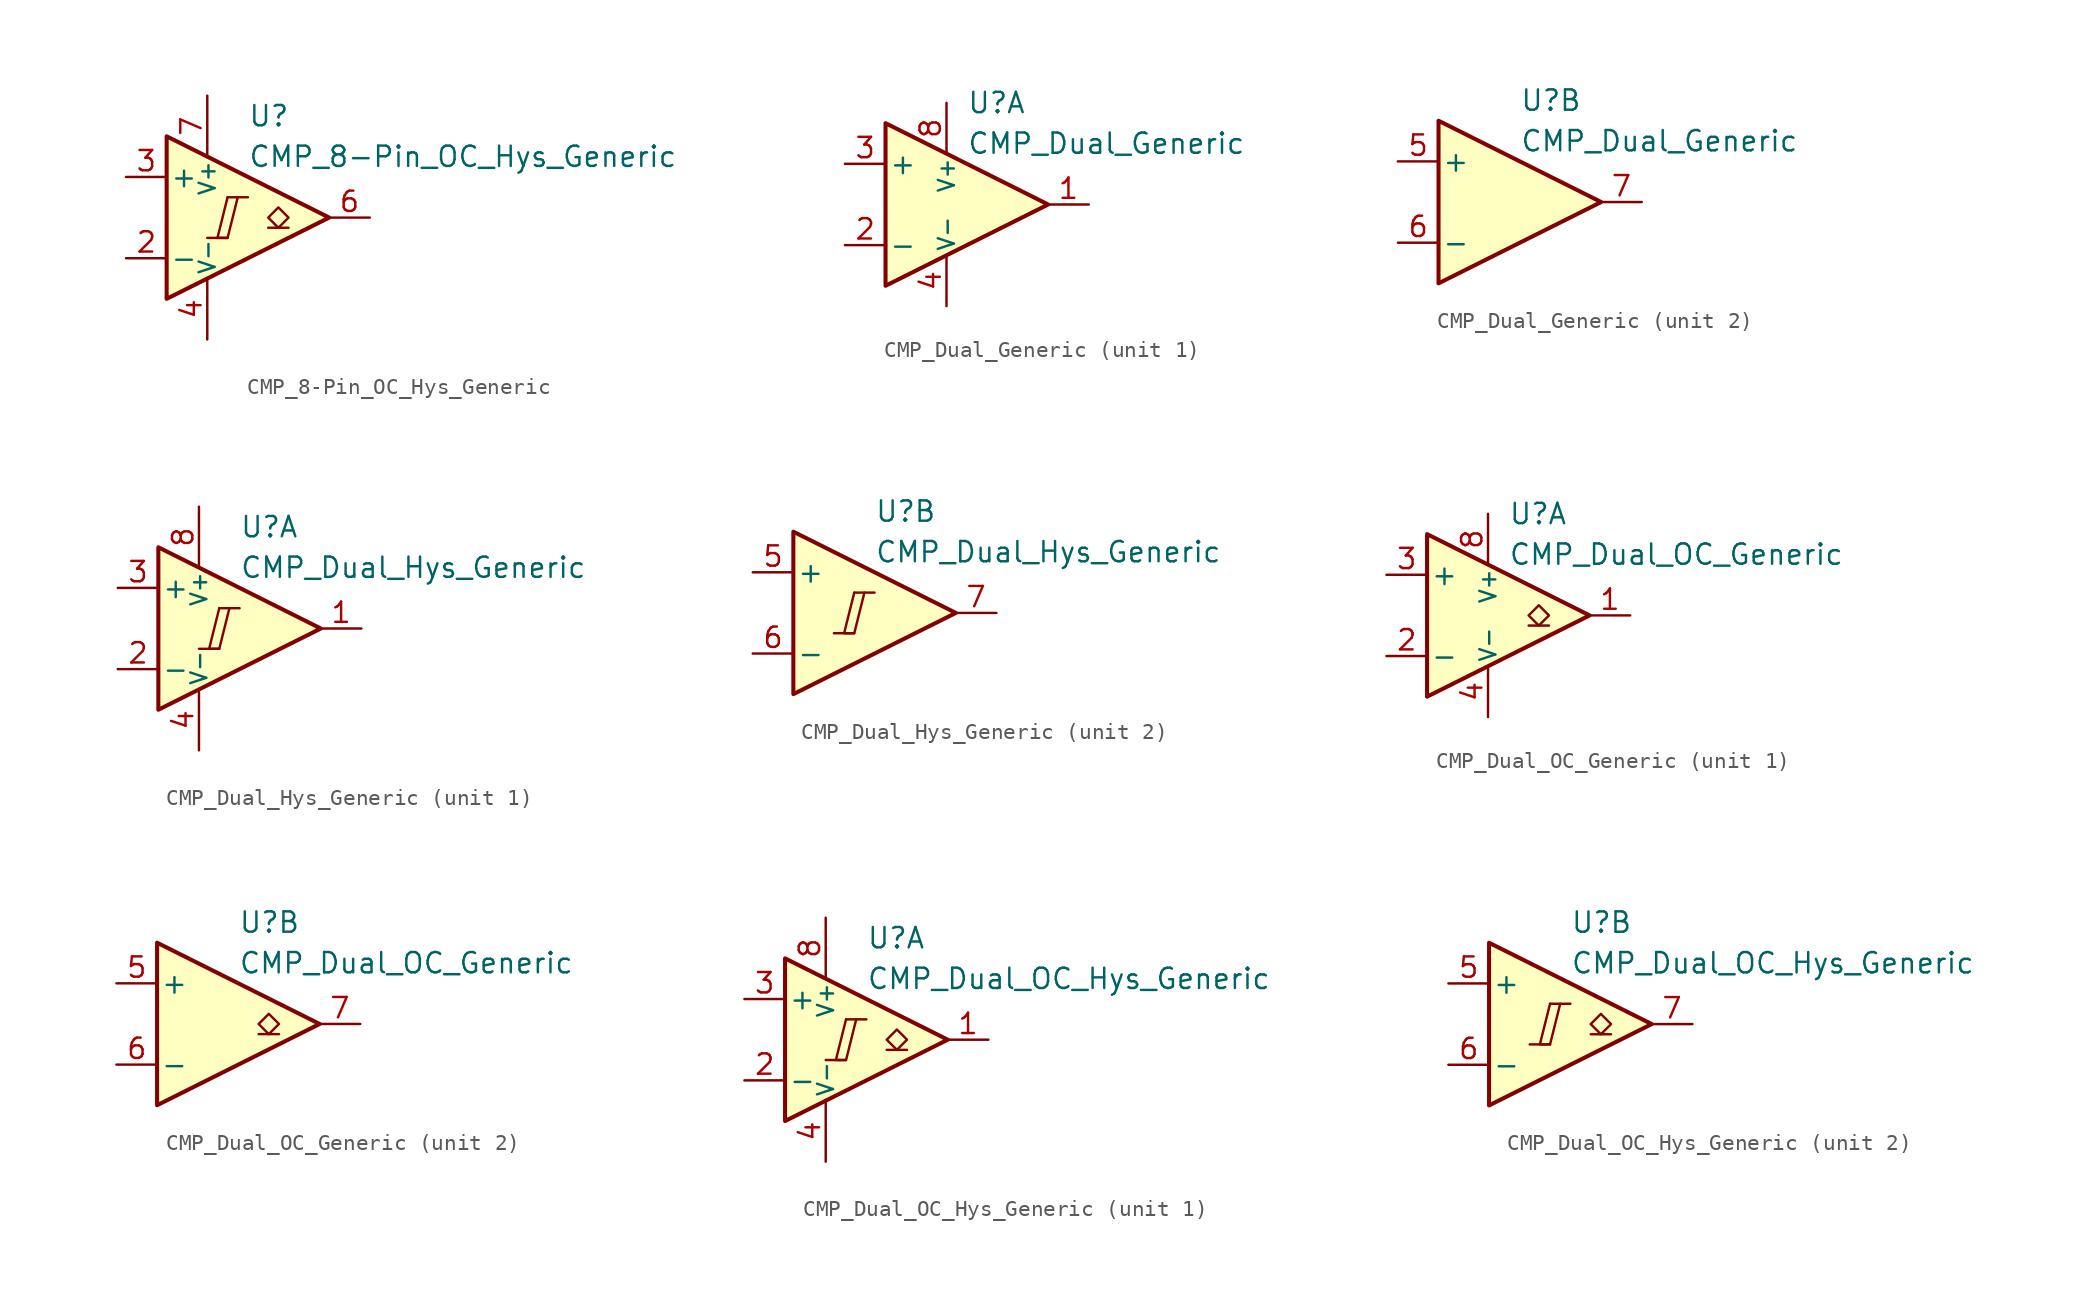
<source format=kicad_sym>
(kicad_symbol_lib
  (version 20231120)
  (generator "kicad_symbol_editor")
  (generator_version "8.0")
  (symbol "CMP_8-Pin_OC_Hys_Generic"
    (pin_names
      (offset 0.2))
    (property "Reference" "U"
      (at 1.27 6.35 0)
      (effects (font (size 1.27 1.27)) (justify left)))
    (property "Value" "CMP_8-Pin_OC_Hys_Generic"
      (at 1.27 3.81 0)
      (effects (font (size 1.27 1.27)) (justify left)))
    (symbol "CMP_8-Pin_OC_Hys_Generic_0_0"
      (polyline (pts (xy -1.27 -1.27) (xy 0 -1.27)) (stroke (width 0.152) (type default)) (fill (type none)))
      (polyline (pts (xy 0 1.27) (xy 1.27 1.27)) (stroke (width 0.152) (type default)) (fill (type none)))
      (polyline (pts (xy 0 1.27) (xy -0.635 -1.27) (xy 0 -1.27) (xy 0.635 1.27)) (stroke (width 0.152) (type default)) (fill (type none))))
    (symbol "CMP_8-Pin_OC_Hys_Generic_0_1"
      (polyline (pts (xy -3.81 5.08) (xy -3.81 -5.08) (xy 6.35 0) (xy -3.81 5.08)) (stroke (width 0.254) (type default)) (fill (type background))))
    (symbol "CMP_8-Pin_OC_Hys_Generic_1_1"
      (polyline (pts (xy 3.81 -0.635) (xy 2.54 -0.635)) (stroke (width 0.152) (type default)) (fill (type none)))
      (polyline (pts (xy 3.175 -0.635) (xy 2.54 0) (xy 3.175 0.635) (xy 3.81 0) (xy 3.175 -0.635)) (stroke (width 0.152) (type default)) (fill (type none)))
      (pin free line (at 0 -2.54 90) (length 2.54) hide (name "NC" (effects (font (size 1.27 1.27)))) (number "1" (effects (font (size 1.27 1.27)))))
      (pin input line (at -6.35 -2.54 0) (length 2.54) (name "-" (effects (font (size 1.27 1.27)))) (number "2" (effects (font (size 1.27 1.27)))))
      (pin input line (at -6.35 2.54 0) (length 2.54) (name "+" (effects (font (size 1.27 1.27)))) (number "3" (effects (font (size 1.27 1.27)))))
      (pin power_in line (at -1.27 -7.62 90) (length 3.81) (name "V-" (effects (font (size 1 1)))) (number "4" (effects (font (size 1.27 1.27)))))
      (pin free line (at 0 2.54 270) (length 2.54) hide (name "NC" (effects (font (size 1.27 1.27)))) (number "5" (effects (font (size 1.27 1.27)))))
      (pin open_collector line (at 8.89 0 180) (length 2.54) (name "~" (effects (font (size 1.27 1.27)))) (number "6" (effects (font (size 1.27 1.27)))))
      (pin power_in line (at -1.27 7.62 270) (length 3.81) (name "V+" (effects (font (size 1 1)))) (number "7" (effects (font (size 1.27 1.27)))))
      (pin free line (at 1.27 -1.27 90) (length 2.54) hide (name "NC" (effects (font (size 1.27 1.27)))) (number "8" (effects (font (size 1.27 1.27)))))))
  (symbol "CMP_Dual_Generic"
    (pin_names
      (offset 0.2))
    (property "Reference" "U"
      (at 1.27 6.35 0)
      (effects (font (size 1.27 1.27)) (justify left)))
    (property "Value" "CMP_Dual_Generic"
      (at 1.27 3.81 0)
      (effects (font (size 1.27 1.27)) (justify left)))
    (property "ki_locked" ""
      (at 0 0 0)
      (effects (font (size 1.27 1.27))))
    (symbol "CMP_Dual_Generic_0_1"
      (polyline (pts (xy -3.81 5.08) (xy -3.81 -5.08) (xy 6.35 0) (xy -3.81 5.08)) (stroke (width 0.254) (type default)) (fill (type background))))
    (symbol "CMP_Dual_Generic_1_1"
      (pin output line (at 8.89 0 180) (length 2.54) (name "~" (effects (font (size 1.27 1.27)))) (number "1" (effects (font (size 1.27 1.27)))))
      (pin input line (at -6.35 -2.54 0) (length 2.54) (name "-" (effects (font (size 1.27 1.27)))) (number "2" (effects (font (size 1.27 1.27)))))
      (pin input line (at -6.35 2.54 0) (length 2.54) (name "+" (effects (font (size 1.27 1.27)))) (number "3" (effects (font (size 1.27 1.27)))))
      (pin power_in line (at 0 -6.35 90) (length 3.18) (name "V-" (effects (font (size 1 1)))) (number "4" (effects (font (size 1.27 1.27)))))
      (pin power_in line (at 0 6.35 270) (length 3.18) (name "V+" (effects (font (size 1 1)))) (number "8" (effects (font (size 1.27 1.27))))))
    (symbol "CMP_Dual_Generic_2_1"
      (pin input line (at -6.35 2.54 0) (length 2.54) (name "+" (effects (font (size 1.27 1.27)))) (number "5" (effects (font (size 1.27 1.27)))))
      (pin input line (at -6.35 -2.54 0) (length 2.54) (name "-" (effects (font (size 1.27 1.27)))) (number "6" (effects (font (size 1.27 1.27)))))
      (pin output line (at 8.89 0 180) (length 2.54) (name "~" (effects (font (size 1.27 1.27)))) (number "7" (effects (font (size 1.27 1.27)))))))
  (symbol "CMP_Dual_Hys_Generic"
    (pin_names
      (offset 0.2))
    (property "Reference" "U"
      (at 1.27 6.35 0)
      (effects (font (size 1.27 1.27)) (justify left)))
    (property "Value" "CMP_Dual_Hys_Generic"
      (at 1.27 3.81 0)
      (effects (font (size 1.27 1.27)) (justify left)))
    (property "ki_locked" ""
      (at 0 0 0)
      (effects (font (size 1.27 1.27))))
    (symbol "CMP_Dual_Hys_Generic_0_0"
      (polyline (pts (xy -1.27 -1.27) (xy 0 -1.27)) (stroke (width 0.152) (type default)) (fill (type none)))
      (polyline (pts (xy 0 1.27) (xy 1.27 1.27)) (stroke (width 0.152) (type default)) (fill (type none)))
      (polyline (pts (xy 0 1.27) (xy -0.635 -1.27) (xy 0 -1.27) (xy 0.635 1.27)) (stroke (width 0.152) (type default)) (fill (type none))))
    (symbol "CMP_Dual_Hys_Generic_0_1"
      (polyline (pts (xy -3.81 5.08) (xy -3.81 -5.08) (xy 6.35 0) (xy -3.81 5.08)) (stroke (width 0.254) (type default)) (fill (type background))))
    (symbol "CMP_Dual_Hys_Generic_1_1"
      (pin output line (at 8.89 0 180) (length 2.54) (name "~" (effects (font (size 1.27 1.27)))) (number "1" (effects (font (size 1.27 1.27)))))
      (pin input line (at -6.35 -2.54 0) (length 2.54) (name "-" (effects (font (size 1.27 1.27)))) (number "2" (effects (font (size 1.27 1.27)))))
      (pin input line (at -6.35 2.54 0) (length 2.54) (name "+" (effects (font (size 1.27 1.27)))) (number "3" (effects (font (size 1.27 1.27)))))
      (pin power_in line (at -1.27 -7.62 90) (length 3.81) (name "V-" (effects (font (size 1 1)))) (number "4" (effects (font (size 1.27 1.27)))))
      (pin power_in line (at -1.27 7.62 270) (length 3.81) (name "V+" (effects (font (size 1 1)))) (number "8" (effects (font (size 1.27 1.27))))))
    (symbol "CMP_Dual_Hys_Generic_2_1"
      (pin input line (at -6.35 2.54 0) (length 2.54) (name "+" (effects (font (size 1.27 1.27)))) (number "5" (effects (font (size 1.27 1.27)))))
      (pin input line (at -6.35 -2.54 0) (length 2.54) (name "-" (effects (font (size 1.27 1.27)))) (number "6" (effects (font (size 1.27 1.27)))))
      (pin output line (at 8.89 0 180) (length 2.54) (name "~" (effects (font (size 1.27 1.27)))) (number "7" (effects (font (size 1.27 1.27)))))))
  (symbol "CMP_Dual_OC_Generic"
    (pin_names
      (offset 0.2))
    (property "Reference" "U"
      (at 1.27 6.35 0)
      (effects (font (size 1.27 1.27)) (justify left)))
    (property "Value" "CMP_Dual_OC_Generic"
      (at 1.27 3.81 0)
      (effects (font (size 1.27 1.27)) (justify left)))
    (property "ki_locked" ""
      (at 0 0 0)
      (effects (font (size 1.27 1.27))))
    (symbol "CMP_Dual_OC_Generic_0_1"
      (polyline (pts (xy -3.81 5.08) (xy -3.81 -5.08) (xy 6.35 0) (xy -3.81 5.08)) (stroke (width 0.254) (type default)) (fill (type background))))
    (symbol "CMP_Dual_OC_Generic_1_1"
      (polyline (pts (xy 3.81 -0.635) (xy 2.54 -0.635)) (stroke (width 0.152) (type default)) (fill (type none)))
      (polyline (pts (xy 3.175 -0.635) (xy 2.54 0) (xy 3.175 0.635) (xy 3.81 0) (xy 3.175 -0.635)) (stroke (width 0.152) (type default)) (fill (type none)))
      (pin open_collector line (at 8.89 0 180) (length 2.54) (name "~" (effects (font (size 1.27 1.27)))) (number "1" (effects (font (size 1.27 1.27)))))
      (pin input line (at -6.35 -2.54 0) (length 2.54) (name "-" (effects (font (size 1.27 1.27)))) (number "2" (effects (font (size 1.27 1.27)))))
      (pin input line (at -6.35 2.54 0) (length 2.54) (name "+" (effects (font (size 1.27 1.27)))) (number "3" (effects (font (size 1.27 1.27)))))
      (pin power_in line (at 0 -6.35 90) (length 3.18) (name "V-" (effects (font (size 1 1)))) (number "4" (effects (font (size 1.27 1.27)))))
      (pin power_in line (at 0 6.35 270) (length 3.18) (name "V+" (effects (font (size 1 1)))) (number "8" (effects (font (size 1.27 1.27))))))
    (symbol "CMP_Dual_OC_Generic_2_1"
      (polyline (pts (xy 3.81 -0.635) (xy 2.54 -0.635)) (stroke (width 0.152) (type default)) (fill (type none)))
      (polyline (pts (xy 3.175 -0.635) (xy 2.54 0) (xy 3.175 0.635) (xy 3.81 0) (xy 3.175 -0.635)) (stroke (width 0.152) (type default)) (fill (type none)))
      (pin input line (at -6.35 2.54 0) (length 2.54) (name "+" (effects (font (size 1.27 1.27)))) (number "5" (effects (font (size 1.27 1.27)))))
      (pin input line (at -6.35 -2.54 0) (length 2.54) (name "-" (effects (font (size 1.27 1.27)))) (number "6" (effects (font (size 1.27 1.27)))))
      (pin open_collector line (at 8.89 0 180) (length 2.54) (name "~" (effects (font (size 1.27 1.27)))) (number "7" (effects (font (size 1.27 1.27)))))))
  (symbol "CMP_Dual_OC_Hys_Generic"
    (pin_names
      (offset 0.2))
    (property "Reference" "U"
      (at 1.27 6.35 0)
      (effects (font (size 1.27 1.27)) (justify left)))
    (property "Value" "CMP_Dual_OC_Hys_Generic"
      (at 1.27 3.81 0)
      (effects (font (size 1.27 1.27)) (justify left)))
    (property "ki_locked" ""
      (at 0 0 0)
      (effects (font (size 1.27 1.27))))
    (symbol "CMP_Dual_OC_Hys_Generic_0_0"
      (polyline (pts (xy -1.27 -1.27) (xy 0 -1.27)) (stroke (width 0.152) (type default)) (fill (type none)))
      (polyline (pts (xy 0 1.27) (xy 1.27 1.27)) (stroke (width 0.152) (type default)) (fill (type none)))
      (polyline (pts (xy 0 1.27) (xy -0.635 -1.27) (xy 0 -1.27) (xy 0.635 1.27)) (stroke (width 0.152) (type default)) (fill (type none))))
    (symbol "CMP_Dual_OC_Hys_Generic_0_1"
      (polyline (pts (xy -3.81 5.08) (xy -3.81 -5.08) (xy 6.35 0) (xy -3.81 5.08)) (stroke (width 0.254) (type default)) (fill (type background))))
    (symbol "CMP_Dual_OC_Hys_Generic_1_1"
      (polyline (pts (xy 3.81 -0.635) (xy 2.54 -0.635)) (stroke (width 0.152) (type default)) (fill (type none)))
      (polyline (pts (xy 3.175 -0.635) (xy 2.54 0) (xy 3.175 0.635) (xy 3.81 0) (xy 3.175 -0.635)) (stroke (width 0.152) (type default)) (fill (type none)))
      (pin open_collector line (at 8.89 0 180) (length 2.54) (name "~" (effects (font (size 1.27 1.27)))) (number "1" (effects (font (size 1.27 1.27)))))
      (pin input line (at -6.35 -2.54 0) (length 2.54) (name "-" (effects (font (size 1.27 1.27)))) (number "2" (effects (font (size 1.27 1.27)))))
      (pin input line (at -6.35 2.54 0) (length 2.54) (name "+" (effects (font (size 1.27 1.27)))) (number "3" (effects (font (size 1.27 1.27)))))
      (pin power_in line (at -1.27 -7.62 90) (length 3.81) (name "V-" (effects (font (size 1 1)))) (number "4" (effects (font (size 1.27 1.27)))))
      (pin power_in line (at -1.27 7.62 270) (length 3.81) (name "V+" (effects (font (size 1 1)))) (number "8" (effects (font (size 1.27 1.27))))))
    (symbol "CMP_Dual_OC_Hys_Generic_2_1"
      (polyline (pts (xy 3.81 -0.635) (xy 2.54 -0.635)) (stroke (width 0.152) (type default)) (fill (type none)))
      (polyline (pts (xy 3.175 -0.635) (xy 2.54 0) (xy 3.175 0.635) (xy 3.81 0) (xy 3.175 -0.635)) (stroke (width 0.152) (type default)) (fill (type none)))
      (pin input line (at -6.35 2.54 0) (length 2.54) (name "+" (effects (font (size 1.27 1.27)))) (number "5" (effects (font (size 1.27 1.27)))))
      (pin input line (at -6.35 -2.54 0) (length 2.54) (name "-" (effects (font (size 1.27 1.27)))) (number "6" (effects (font (size 1.27 1.27)))))
      (pin open_collector line (at 8.89 0 180) (length 2.54) (name "~" (effects (font (size 1.27 1.27)))) (number "7" (effects (font (size 1.27 1.27))))))))
</source>
